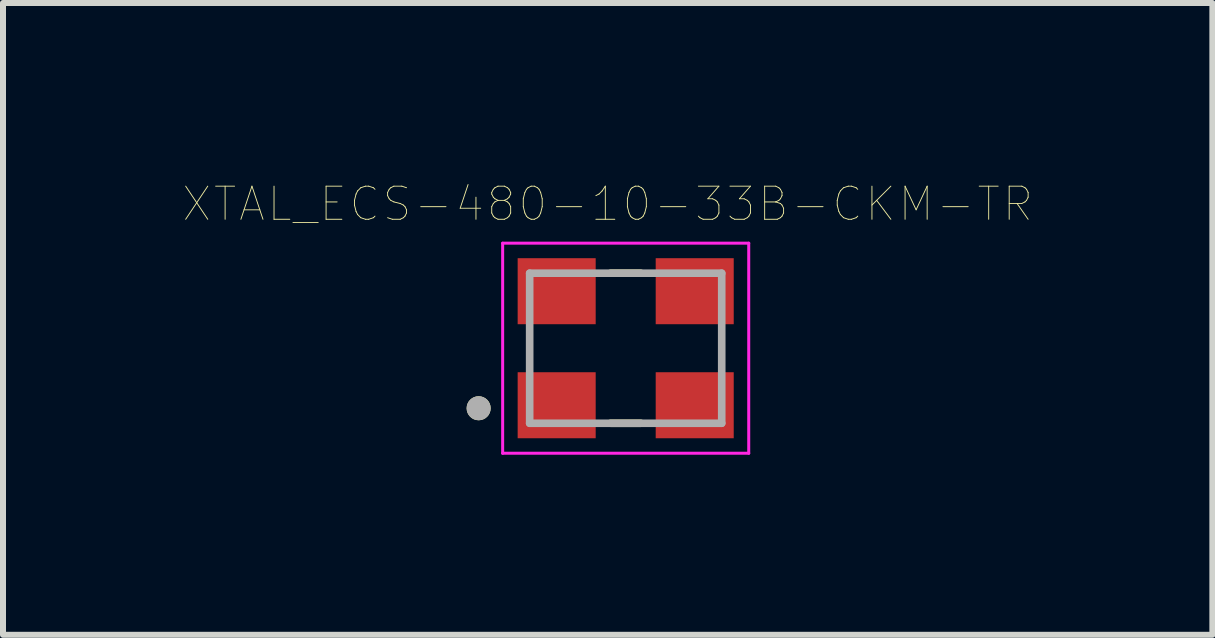
<source format=kicad_pcb>
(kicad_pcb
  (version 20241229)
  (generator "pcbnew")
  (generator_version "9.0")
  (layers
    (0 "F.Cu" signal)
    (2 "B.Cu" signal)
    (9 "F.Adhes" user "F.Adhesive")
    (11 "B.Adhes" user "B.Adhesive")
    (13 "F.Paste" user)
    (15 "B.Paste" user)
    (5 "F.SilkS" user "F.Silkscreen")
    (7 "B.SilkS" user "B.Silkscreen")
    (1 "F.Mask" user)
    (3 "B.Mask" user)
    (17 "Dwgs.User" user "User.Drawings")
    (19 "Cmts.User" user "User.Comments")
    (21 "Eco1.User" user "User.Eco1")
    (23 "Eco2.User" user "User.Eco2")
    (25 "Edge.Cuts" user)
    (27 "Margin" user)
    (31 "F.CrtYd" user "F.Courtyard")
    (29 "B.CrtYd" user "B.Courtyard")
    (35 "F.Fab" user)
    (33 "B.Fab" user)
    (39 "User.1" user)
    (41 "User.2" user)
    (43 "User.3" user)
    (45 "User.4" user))
  (footprint "XTAL_ECS-480-10-33B-CKM-TR"
    (layer "F.Cu")
    (at 7.375 2.752)
    (property "Reference" "XTAL_ECS-480-10-33B-CKM-TR" (at -0.3 -2.403 0) (layer "F.SilkS") (effects (font (size 0.552 0.552) (thickness 0.015))))
    (attr through_hole)
    (fp_line (start -0.25 -1.25) (end 0.25 -1.25) (stroke (width 0.127) (type solid)) (layer "F.SilkS"))
    (fp_line (start 0.25 1.25) (end -0.25 1.25) (stroke (width 0.127) (type solid)) (layer "F.SilkS"))
    (fp_circle (center -2.45 1) (end -2.35 1) (stroke (width 0.2) (type solid)) (fill no) (layer "F.SilkS"))
    (fp_line (start -2.05 -1.75) (end 2.05 -1.75) (stroke (width 0.05) (type solid)) (layer "F.CrtYd"))
    (fp_line (start -2.05 1.75) (end -2.05 -1.75) (stroke (width 0.05) (type solid)) (layer "F.CrtYd"))
    (fp_line (start 2.05 -1.75) (end 2.05 1.75) (stroke (width 0.05) (type solid)) (layer "F.CrtYd"))
    (fp_line (start 2.05 1.75) (end -2.05 1.75) (stroke (width 0.05) (type solid)) (layer "F.CrtYd"))
    (fp_line (start -1.6 -1.25) (end 1.6 -1.25) (stroke (width 0.127) (type solid)) (layer "F.Fab"))
    (fp_line (start -1.6 1.25) (end -1.6 -1.25) (stroke (width 0.127) (type solid)) (layer "F.Fab"))
    (fp_line (start 1.6 -1.25) (end 1.6 1.25) (stroke (width 0.127) (type solid)) (layer "F.Fab"))
    (fp_line (start 1.6 1.25) (end -1.6 1.25) (stroke (width 0.127) (type solid)) (layer "F.Fab"))
    (fp_circle (center -2.45 1) (end -2.35 1) (stroke (width 0.2) (type solid)) (fill no) (layer "F.Fab"))
    (pad "1" smd rect (at -1.15 0.95) (size 1.3 1.1) (layers "F.Cu" "F.Mask" "F.Paste"))
    (pad "2" smd rect (at 1.15 0.95) (size 1.3 1.1) (layers "F.Cu" "F.Mask" "F.Paste"))
    (pad "3" smd rect (at 1.15 -0.95) (size 1.3 1.1) (layers "F.Cu" "F.Mask" "F.Paste"))
    (pad "4" smd rect (at -1.15 -0.95) (size 1.3 1.1) (layers "F.Cu" "F.Mask" "F.Paste")))
  (gr_rect
    (start -3 -3)
    (end 17.15 7.527)
    (stroke (width 0.1) (type default))
    (fill no)
    (layer "Edge.Cuts")))
</source>
